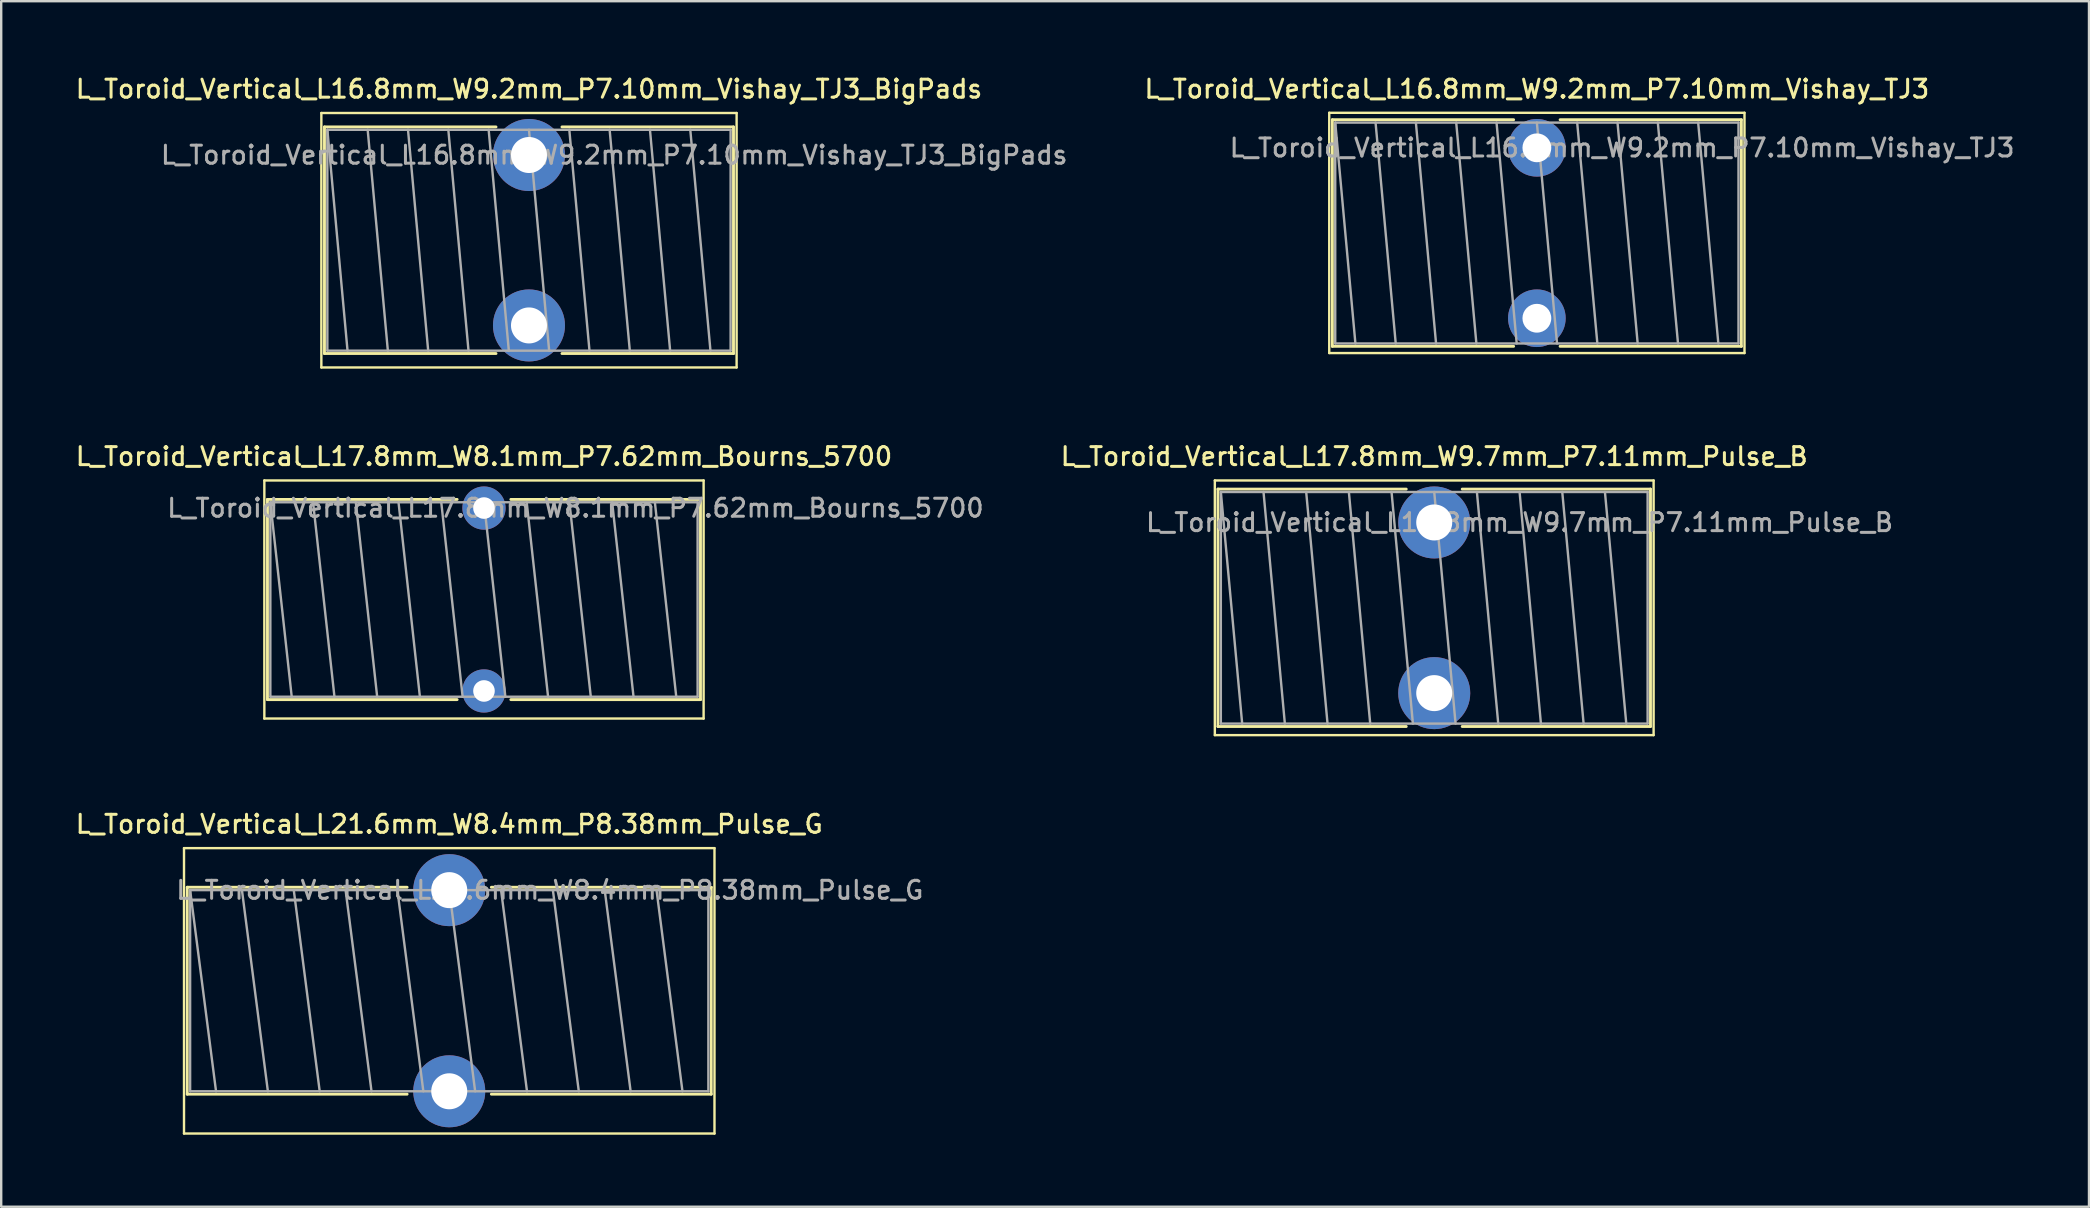
<source format=kicad_pcb>
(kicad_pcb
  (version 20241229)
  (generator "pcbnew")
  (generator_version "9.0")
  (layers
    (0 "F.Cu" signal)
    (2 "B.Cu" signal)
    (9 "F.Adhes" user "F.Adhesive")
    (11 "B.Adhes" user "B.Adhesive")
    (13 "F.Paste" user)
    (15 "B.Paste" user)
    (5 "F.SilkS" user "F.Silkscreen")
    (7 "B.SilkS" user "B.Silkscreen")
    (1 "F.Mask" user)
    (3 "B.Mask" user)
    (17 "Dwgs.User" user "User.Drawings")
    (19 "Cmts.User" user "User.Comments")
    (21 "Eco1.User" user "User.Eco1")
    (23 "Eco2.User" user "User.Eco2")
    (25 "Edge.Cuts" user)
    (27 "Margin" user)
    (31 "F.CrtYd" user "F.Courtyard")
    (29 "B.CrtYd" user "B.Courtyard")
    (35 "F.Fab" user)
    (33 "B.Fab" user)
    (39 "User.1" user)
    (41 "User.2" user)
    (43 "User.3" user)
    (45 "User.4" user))
  (footprint "L_Toroid_Vertical_L17.8mm_W8.1mm_P7.62mm_Bourns_5700"
    (layer "F.Cu")
    (at 17.113 18.116)
    (property "Reference" "L_Toroid_Vertical_L17.8mm_W8.1mm_P7.62mm_Bourns_5700" (at 0 -2.15 0) (layer "F.SilkS") (effects (font (size 0.75 0.75) (thickness 0.125))))
    (attr through_hole)
    (fp_line (start -9.15 -1.15) (end -9.15 8.77) (stroke (width 0.1) (type solid)) (layer "F.SilkS"))
    (fp_line (start -9.15 8.77) (end 9.15 8.77) (stroke (width 0.1) (type solid)) (layer "F.SilkS"))
    (fp_line (start -9.02 -0.36) (end -9.02 7.98) (stroke (width 0.12) (type solid)) (layer "F.SilkS"))
    (fp_line (start -9.02 -0.36) (end -1.119 -0.36) (stroke (width 0.12) (type solid)) (layer "F.SilkS"))
    (fp_line (start -9.02 7.98) (end -1.119 7.98) (stroke (width 0.12) (type solid)) (layer "F.SilkS"))
    (fp_line (start 1.119 -0.36) (end 9.02 -0.36) (stroke (width 0.12) (type solid)) (layer "F.SilkS"))
    (fp_line (start 1.119 7.98) (end 9.02 7.98) (stroke (width 0.12) (type solid)) (layer "F.SilkS"))
    (fp_line (start 9.02 -0.36) (end 9.02 7.98) (stroke (width 0.12) (type solid)) (layer "F.SilkS"))
    (fp_line (start 9.15 -1.15) (end -9.15 -1.15) (stroke (width 0.1) (type solid)) (layer "F.SilkS"))
    (fp_line (start 9.15 8.77) (end 9.15 -1.15) (stroke (width 0.1) (type solid)) (layer "F.SilkS"))
    (fp_line (start -8.9 -0.24) (end -8.9 7.86) (stroke (width 0.1) (type solid)) (layer "F.Fab"))
    (fp_line (start -8.9 -0.24) (end -8.01 7.86) (stroke (width 0.1) (type solid)) (layer "F.Fab"))
    (fp_line (start -8.9 7.86) (end 8.9 7.86) (stroke (width 0.1) (type solid)) (layer "F.Fab"))
    (fp_line (start -7.12 -0.24) (end -6.23 7.86) (stroke (width 0.1) (type solid)) (layer "F.Fab"))
    (fp_line (start -5.34 -0.24) (end -4.45 7.86) (stroke (width 0.1) (type solid)) (layer "F.Fab"))
    (fp_line (start -3.56 -0.24) (end -2.67 7.86) (stroke (width 0.1) (type solid)) (layer "F.Fab"))
    (fp_line (start -1.78 -0.24) (end -0.89 7.86) (stroke (width 0.1) (type solid)) (layer "F.Fab"))
    (fp_line (start 0 -0.24) (end 0.89 7.86) (stroke (width 0.1) (type solid)) (layer "F.Fab"))
    (fp_line (start 1.78 -0.24) (end 2.67 7.86) (stroke (width 0.1) (type solid)) (layer "F.Fab"))
    (fp_line (start 3.56 -0.24) (end 4.45 7.86) (stroke (width 0.1) (type solid)) (layer "F.Fab"))
    (fp_line (start 5.34 -0.24) (end 6.23 7.86) (stroke (width 0.1) (type solid)) (layer "F.Fab"))
    (fp_line (start 7.12 -0.24) (end 8.01 7.86) (stroke (width 0.1) (type solid)) (layer "F.Fab"))
    (fp_line (start 8.9 -0.24) (end -8.9 -0.24) (stroke (width 0.1) (type solid)) (layer "F.Fab"))
    (fp_line (start 8.9 7.86) (end 8.9 -0.24) (stroke (width 0.1) (type solid)) (layer "F.Fab"))
    (fp_text user "${REFERENCE}" (at 3.81 0 0) (layer "F.Fab") (effects (font (size 0.75 0.75) (thickness 0.125))))
    (pad "1" thru_hole circle (at 0 0) (size 1.8 1.8) (drill 0.9) (layers "*.Cu" "*.Mask"))
    (pad "2" thru_hole circle (at 0 7.62) (size 1.8 1.8) (drill 0.9) (layers "*.Cu" "*.Mask")))
  (footprint "L_Toroid_Vertical_L16.8mm_W9.2mm_P7.10mm_Vishay_TJ3_BigPads"
    (layer "F.Cu")
    (at 18.988 3.408)
    (property "Reference" "L_Toroid_Vertical_L16.8mm_W9.2mm_P7.10mm_Vishay_TJ3_BigPads" (at 0 -2.75 0) (layer "F.SilkS") (effects (font (size 0.75 0.75) (thickness 0.125))))
    (attr through_hole)
    (fp_line (start -8.65 -1.75) (end -8.65 8.85) (stroke (width 0.1) (type solid)) (layer "F.SilkS"))
    (fp_line (start -8.65 8.85) (end 8.65 8.85) (stroke (width 0.1) (type solid)) (layer "F.SilkS"))
    (fp_line (start -8.52 -1.17) (end -8.52 8.27) (stroke (width 0.12) (type solid)) (layer "F.SilkS"))
    (fp_line (start -8.52 -1.17) (end -1.374 -1.17) (stroke (width 0.12) (type solid)) (layer "F.SilkS"))
    (fp_line (start -8.52 8.27) (end -1.374 8.27) (stroke (width 0.12) (type solid)) (layer "F.SilkS"))
    (fp_line (start 1.374 -1.17) (end 8.52 -1.17) (stroke (width 0.12) (type solid)) (layer "F.SilkS"))
    (fp_line (start 1.374 8.27) (end 8.52 8.27) (stroke (width 0.12) (type solid)) (layer "F.SilkS"))
    (fp_line (start 8.52 -1.17) (end 8.52 8.27) (stroke (width 0.12) (type solid)) (layer "F.SilkS"))
    (fp_line (start 8.65 -1.75) (end -8.65 -1.75) (stroke (width 0.1) (type solid)) (layer "F.SilkS"))
    (fp_line (start 8.65 8.85) (end 8.65 -1.75) (stroke (width 0.1) (type solid)) (layer "F.SilkS"))
    (fp_line (start -8.4 -1.05) (end -8.4 8.15) (stroke (width 0.1) (type solid)) (layer "F.Fab"))
    (fp_line (start -8.4 -1.05) (end -7.56 8.15) (stroke (width 0.1) (type solid)) (layer "F.Fab"))
    (fp_line (start -8.4 8.15) (end 8.4 8.15) (stroke (width 0.1) (type solid)) (layer "F.Fab"))
    (fp_line (start -6.72 -1.05) (end -5.88 8.15) (stroke (width 0.1) (type solid)) (layer "F.Fab"))
    (fp_line (start -5.04 -1.05) (end -4.2 8.15) (stroke (width 0.1) (type solid)) (layer "F.Fab"))
    (fp_line (start -3.36 -1.05) (end -2.52 8.15) (stroke (width 0.1) (type solid)) (layer "F.Fab"))
    (fp_line (start -1.68 -1.05) (end -0.84 8.15) (stroke (width 0.1) (type solid)) (layer "F.Fab"))
    (fp_line (start 0 -1.05) (end 0.84 8.15) (stroke (width 0.1) (type solid)) (layer "F.Fab"))
    (fp_line (start 1.68 -1.05) (end 2.52 8.15) (stroke (width 0.1) (type solid)) (layer "F.Fab"))
    (fp_line (start 3.36 -1.05) (end 4.2 8.15) (stroke (width 0.1) (type solid)) (layer "F.Fab"))
    (fp_line (start 5.04 -1.05) (end 5.88 8.15) (stroke (width 0.1) (type solid)) (layer "F.Fab"))
    (fp_line (start 6.72 -1.05) (end 7.56 8.15) (stroke (width 0.1) (type solid)) (layer "F.Fab"))
    (fp_line (start 8.4 -1.05) (end -8.4 -1.05) (stroke (width 0.1) (type solid)) (layer "F.Fab"))
    (fp_line (start 8.4 8.15) (end 8.4 -1.05) (stroke (width 0.1) (type solid)) (layer "F.Fab"))
    (fp_text user "${REFERENCE}" (at 3.55 0 0) (layer "F.Fab") (effects (font (size 0.75 0.75) (thickness 0.125))))
    (pad "1" thru_hole circle (at 0 0) (size 3 3) (drill 1.5) (layers "*.Cu" "*.Mask"))
    (pad "2" thru_hole circle (at 0 7.1) (size 3 3) (drill 1.5) (layers "*.Cu" "*.Mask")))
  (footprint "L_Toroid_Vertical_L21.6mm_W8.4mm_P8.38mm_Pulse_G"
    (layer "F.Cu")
    (at 15.666 34.034)
    (property "Reference" "L_Toroid_Vertical_L21.6mm_W8.4mm_P8.38mm_Pulse_G" (at 0 -2.75 0) (layer "F.SilkS") (effects (font (size 0.75 0.75) (thickness 0.125))))
    (attr through_hole)
    (fp_line (start -11.05 -1.75) (end -11.05 10.14) (stroke (width 0.1) (type solid)) (layer "F.SilkS"))
    (fp_line (start -11.05 10.14) (end 11.05 10.14) (stroke (width 0.1) (type solid)) (layer "F.SilkS"))
    (fp_line (start -10.915 -0.12) (end -10.915 8.5) (stroke (width 0.12) (type solid)) (layer "F.SilkS"))
    (fp_line (start -10.915 -0.12) (end -1.755 -0.12) (stroke (width 0.12) (type solid)) (layer "F.SilkS"))
    (fp_line (start -10.915 8.5) (end -1.755 8.5) (stroke (width 0.12) (type solid)) (layer "F.SilkS"))
    (fp_line (start 1.755 -0.12) (end 10.915 -0.12) (stroke (width 0.12) (type solid)) (layer "F.SilkS"))
    (fp_line (start 1.755 8.5) (end 10.915 8.5) (stroke (width 0.12) (type solid)) (layer "F.SilkS"))
    (fp_line (start 10.915 -0.12) (end 10.915 8.5) (stroke (width 0.12) (type solid)) (layer "F.SilkS"))
    (fp_line (start 11.05 -1.75) (end -11.05 -1.75) (stroke (width 0.1) (type solid)) (layer "F.SilkS"))
    (fp_line (start 11.05 10.14) (end 11.05 -1.75) (stroke (width 0.1) (type solid)) (layer "F.SilkS"))
    (fp_line (start -10.795 0) (end -10.795 8.38) (stroke (width 0.1) (type solid)) (layer "F.Fab"))
    (fp_line (start -10.795 0) (end -9.716 8.38) (stroke (width 0.1) (type solid)) (layer "F.Fab"))
    (fp_line (start -10.795 8.38) (end 10.795 8.38) (stroke (width 0.1) (type solid)) (layer "F.Fab"))
    (fp_line (start -8.636 0) (end -7.556 8.38) (stroke (width 0.1) (type solid)) (layer "F.Fab"))
    (fp_line (start -6.477 0) (end -5.397 8.38) (stroke (width 0.1) (type solid)) (layer "F.Fab"))
    (fp_line (start -4.318 0) (end -3.239 8.38) (stroke (width 0.1) (type solid)) (layer "F.Fab"))
    (fp_line (start -2.159 0) (end -1.079 8.38) (stroke (width 0.1) (type solid)) (layer "F.Fab"))
    (fp_line (start 0 0) (end 1.079 8.38) (stroke (width 0.1) (type solid)) (layer "F.Fab"))
    (fp_line (start 2.159 0) (end 3.239 8.38) (stroke (width 0.1) (type solid)) (layer "F.Fab"))
    (fp_line (start 4.318 0) (end 5.397 8.38) (stroke (width 0.1) (type solid)) (layer "F.Fab"))
    (fp_line (start 6.477 0) (end 7.556 8.38) (stroke (width 0.1) (type solid)) (layer "F.Fab"))
    (fp_line (start 8.636 0) (end 9.716 8.38) (stroke (width 0.1) (type solid)) (layer "F.Fab"))
    (fp_line (start 10.795 0) (end -10.795 0) (stroke (width 0.1) (type solid)) (layer "F.Fab"))
    (fp_line (start 10.795 8.38) (end 10.795 0) (stroke (width 0.1) (type solid)) (layer "F.Fab"))
    (fp_text user "${REFERENCE}" (at 4.19 0 0) (layer "F.Fab") (effects (font (size 0.75 0.75) (thickness 0.125))))
    (pad "1" thru_hole circle (at 0 0) (size 3 3) (drill 1.5) (layers "*.Cu" "*.Mask"))
    (pad "2" thru_hole circle (at 0 8.38) (size 3 3) (drill 1.5) (layers "*.Cu" "*.Mask")))
  (footprint "L_Toroid_Vertical_L16.8mm_W9.2mm_P7.10mm_Vishay_TJ3"
    (layer "F.Cu")
    (at 60.977 3.108)
    (property "Reference" "L_Toroid_Vertical_L16.8mm_W9.2mm_P7.10mm_Vishay_TJ3" (at 0 -2.45 0) (layer "F.SilkS") (effects (font (size 0.75 0.75) (thickness 0.125))))
    (attr through_hole)
    (fp_line (start -8.65 -1.46) (end -8.65 8.55) (stroke (width 0.1) (type solid)) (layer "F.SilkS"))
    (fp_line (start -8.65 8.55) (end 8.65 8.55) (stroke (width 0.1) (type solid)) (layer "F.SilkS"))
    (fp_line (start -8.52 -1.17) (end -8.52 8.27) (stroke (width 0.12) (type solid)) (layer "F.SilkS"))
    (fp_line (start -8.52 -1.17) (end -0.968 -1.17) (stroke (width 0.12) (type solid)) (layer "F.SilkS"))
    (fp_line (start -8.52 8.27) (end -0.968 8.27) (stroke (width 0.12) (type solid)) (layer "F.SilkS"))
    (fp_line (start 0.968 -1.17) (end 8.52 -1.17) (stroke (width 0.12) (type solid)) (layer "F.SilkS"))
    (fp_line (start 0.968 8.27) (end 8.52 8.27) (stroke (width 0.12) (type solid)) (layer "F.SilkS"))
    (fp_line (start 8.52 -1.17) (end 8.52 8.27) (stroke (width 0.12) (type solid)) (layer "F.SilkS"))
    (fp_line (start 8.65 -1.46) (end -8.65 -1.46) (stroke (width 0.1) (type solid)) (layer "F.SilkS"))
    (fp_line (start 8.65 8.55) (end 8.65 -1.46) (stroke (width 0.1) (type solid)) (layer "F.SilkS"))
    (fp_line (start -8.4 -1.05) (end -8.4 8.15) (stroke (width 0.1) (type solid)) (layer "F.Fab"))
    (fp_line (start -8.4 -1.05) (end -7.56 8.15) (stroke (width 0.1) (type solid)) (layer "F.Fab"))
    (fp_line (start -8.4 8.15) (end 8.4 8.15) (stroke (width 0.1) (type solid)) (layer "F.Fab"))
    (fp_line (start -6.72 -1.05) (end -5.88 8.15) (stroke (width 0.1) (type solid)) (layer "F.Fab"))
    (fp_line (start -5.04 -1.05) (end -4.2 8.15) (stroke (width 0.1) (type solid)) (layer "F.Fab"))
    (fp_line (start -3.36 -1.05) (end -2.52 8.15) (stroke (width 0.1) (type solid)) (layer "F.Fab"))
    (fp_line (start -1.68 -1.05) (end -0.84 8.15) (stroke (width 0.1) (type solid)) (layer "F.Fab"))
    (fp_line (start 0 -1.05) (end 0.84 8.15) (stroke (width 0.1) (type solid)) (layer "F.Fab"))
    (fp_line (start 1.68 -1.05) (end 2.52 8.15) (stroke (width 0.1) (type solid)) (layer "F.Fab"))
    (fp_line (start 3.36 -1.05) (end 4.2 8.15) (stroke (width 0.1) (type solid)) (layer "F.Fab"))
    (fp_line (start 5.04 -1.05) (end 5.88 8.15) (stroke (width 0.1) (type solid)) (layer "F.Fab"))
    (fp_line (start 6.72 -1.05) (end 7.56 8.15) (stroke (width 0.1) (type solid)) (layer "F.Fab"))
    (fp_line (start 8.4 -1.05) (end -8.4 -1.05) (stroke (width 0.1) (type solid)) (layer "F.Fab"))
    (fp_line (start 8.4 8.15) (end 8.4 -1.05) (stroke (width 0.1) (type solid)) (layer "F.Fab"))
    (fp_text user "${REFERENCE}" (at 3.55 0 0) (layer "F.Fab") (effects (font (size 0.75 0.75) (thickness 0.125))))
    (pad "1" thru_hole circle (at 0 0) (size 2.4 2.4) (drill 1.2) (layers "*.Cu" "*.Mask"))
    (pad "2" thru_hole circle (at 0 7.1) (size 2.4 2.4) (drill 1.2) (layers "*.Cu" "*.Mask")))
  (footprint "L_Toroid_Vertical_L17.8mm_W9.7mm_P7.11mm_Pulse_B"
    (layer "F.Cu")
    (at 56.701 18.716)
    (property "Reference" "L_Toroid_Vertical_L17.8mm_W9.7mm_P7.11mm_Pulse_B" (at 0 -2.75 0) (layer "F.SilkS") (effects (font (size 0.75 0.75) (thickness 0.125))))
    (attr through_hole)
    (fp_line (start -9.14 -1.75) (end -9.14 8.86) (stroke (width 0.1) (type solid)) (layer "F.SilkS"))
    (fp_line (start -9.14 8.86) (end 9.14 8.86) (stroke (width 0.1) (type solid)) (layer "F.SilkS"))
    (fp_line (start -9.01 -1.39) (end -9.01 8.5) (stroke (width 0.12) (type solid)) (layer "F.SilkS"))
    (fp_line (start -9.01 -1.39) (end -1.166 -1.39) (stroke (width 0.12) (type solid)) (layer "F.SilkS"))
    (fp_line (start -9.01 8.5) (end -1.166 8.5) (stroke (width 0.12) (type solid)) (layer "F.SilkS"))
    (fp_line (start 1.166 -1.39) (end 9.01 -1.39) (stroke (width 0.12) (type solid)) (layer "F.SilkS"))
    (fp_line (start 1.166 8.5) (end 9.01 8.5) (stroke (width 0.12) (type solid)) (layer "F.SilkS"))
    (fp_line (start 9.01 -1.39) (end 9.01 8.5) (stroke (width 0.12) (type solid)) (layer "F.SilkS"))
    (fp_line (start 9.14 -1.75) (end -9.14 -1.75) (stroke (width 0.1) (type solid)) (layer "F.SilkS"))
    (fp_line (start 9.14 8.86) (end 9.14 -1.75) (stroke (width 0.1) (type solid)) (layer "F.SilkS"))
    (fp_line (start -8.89 -1.27) (end -8.89 8.38) (stroke (width 0.1) (type solid)) (layer "F.Fab"))
    (fp_line (start -8.89 -1.27) (end -8.001 8.38) (stroke (width 0.1) (type solid)) (layer "F.Fab"))
    (fp_line (start -8.89 8.38) (end 8.89 8.38) (stroke (width 0.1) (type solid)) (layer "F.Fab"))
    (fp_line (start -7.112 -1.27) (end -6.223 8.38) (stroke (width 0.1) (type solid)) (layer "F.Fab"))
    (fp_line (start -5.334 -1.27) (end -4.445 8.38) (stroke (width 0.1) (type solid)) (layer "F.Fab"))
    (fp_line (start -3.556 -1.27) (end -2.667 8.38) (stroke (width 0.1) (type solid)) (layer "F.Fab"))
    (fp_line (start -1.778 -1.27) (end -0.889 8.38) (stroke (width 0.1) (type solid)) (layer "F.Fab"))
    (fp_line (start 0 -1.27) (end 0.889 8.38) (stroke (width 0.1) (type solid)) (layer "F.Fab"))
    (fp_line (start 1.778 -1.27) (end 2.667 8.38) (stroke (width 0.1) (type solid)) (layer "F.Fab"))
    (fp_line (start 3.556 -1.27) (end 4.445 8.38) (stroke (width 0.1) (type solid)) (layer "F.Fab"))
    (fp_line (start 5.334 -1.27) (end 6.223 8.38) (stroke (width 0.1) (type solid)) (layer "F.Fab"))
    (fp_line (start 7.112 -1.27) (end 8.001 8.38) (stroke (width 0.1) (type solid)) (layer "F.Fab"))
    (fp_line (start 8.89 -1.27) (end -8.89 -1.27) (stroke (width 0.1) (type solid)) (layer "F.Fab"))
    (fp_line (start 8.89 8.38) (end 8.89 -1.27) (stroke (width 0.1) (type solid)) (layer "F.Fab"))
    (fp_text user "${REFERENCE}" (at 3.555 0 0) (layer "F.Fab") (effects (font (size 0.75 0.75) (thickness 0.125))))
    (pad "1" thru_hole circle (at 0 0) (size 3 3) (drill 1.5) (layers "*.Cu" "*.Mask"))
    (pad "2" thru_hole circle (at 0 7.11) (size 3 3) (drill 1.5) (layers "*.Cu" "*.Mask")))
  (gr_rect
    (start -3 -3)
    (end 83.979 47.224)
    (stroke (width 0.1) (type default))
    (fill no)
    (layer "Edge.Cuts")))
</source>
